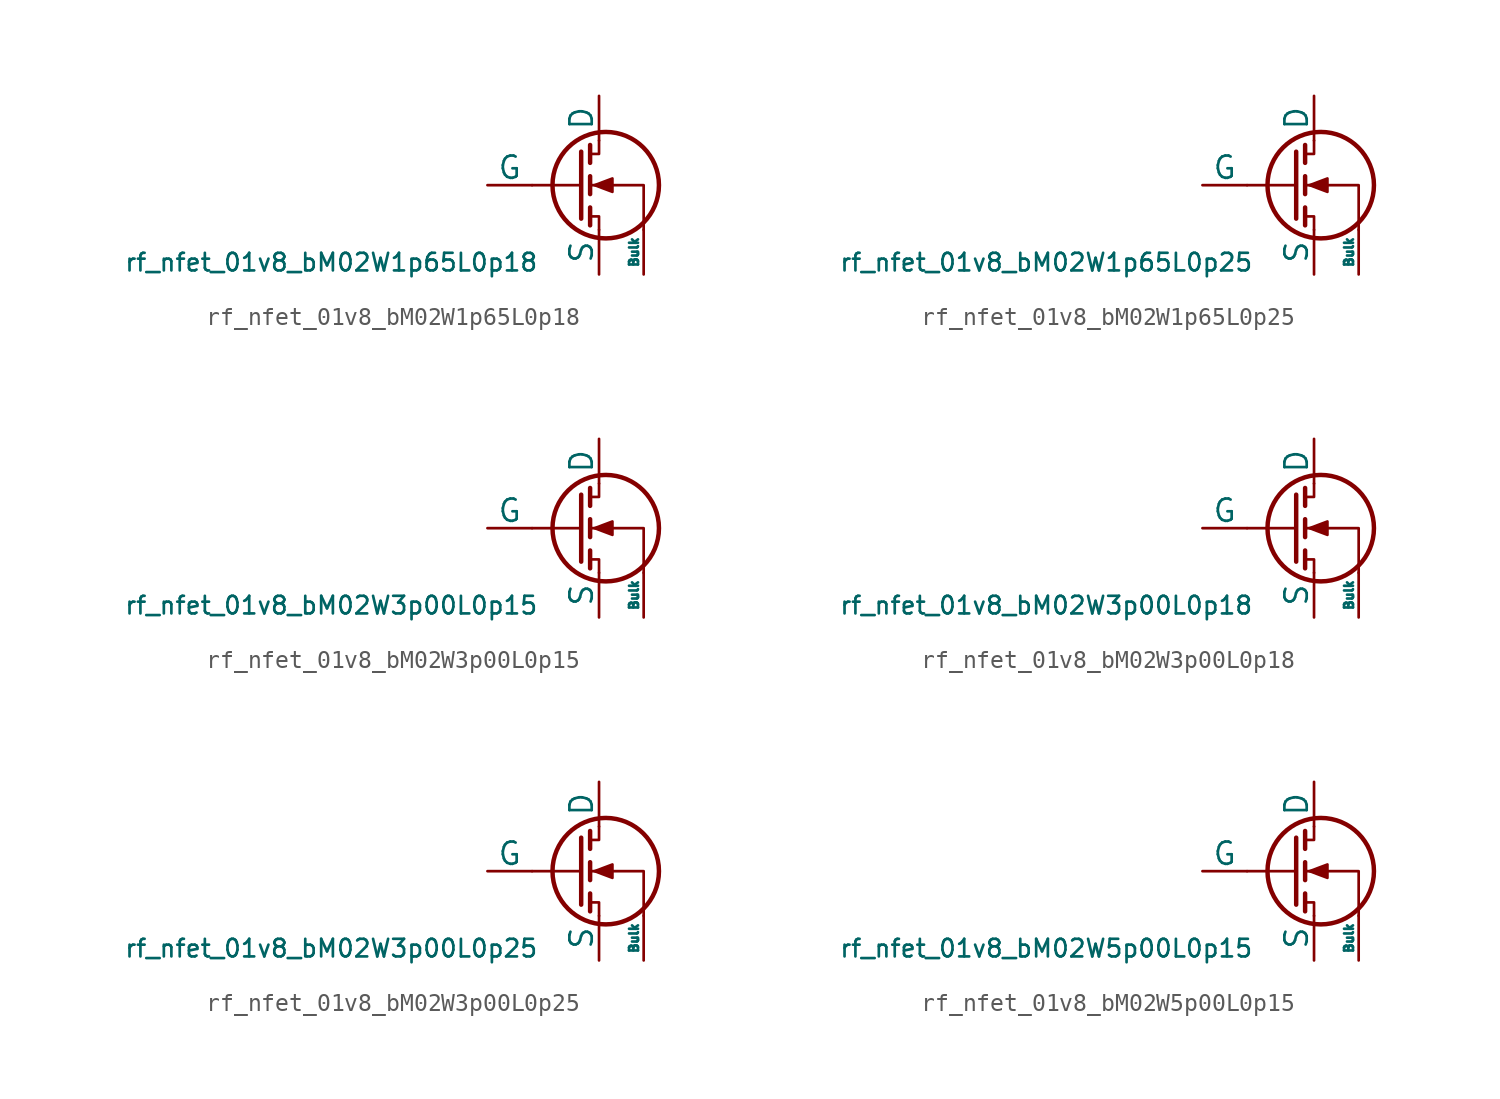
<source format=kicad_sym>
(kicad_symbol_lib
  (version 20211014)
  (generator pdk2kicad)
  (symbol "rf_nfet_01v8_bM02W1p65L0p18"
    (pin_numbers hide)
    (pin_names
      (offset 0))
    (property "Reference" "Q"
      (at 0 0 0)
      (effects (font (size 1 1)) hide))
    (property "Value" "rf_nfet_01v8_bM02W1p65L0p18"
      (at -12.7 -3.81 0)
      (effects (font (size 1 1)) (justify top)))
    (polyline
      (pts (xy 1.524 0) (xy -1.27 0))
      (stroke (width 0) (type default))
      (fill (type none)))
    (polyline
      (pts (xy 1.524 1.905) (xy 1.524 -1.905))
      (stroke (width 0.254) (type default))
      (fill (type none)))
    (polyline
      (pts (xy 2.032 -1.27) (xy 2.032 -2.286))
      (stroke (width 0.254) (type default))
      (fill (type none)))
    (polyline
      (pts (xy 2.032 0.508) (xy 2.032 -0.508))
      (stroke (width 0.254) (type default))
      (fill (type none)))
    (polyline
      (pts (xy 2.032 2.286) (xy 2.032 1.27))
      (stroke (width 0.254) (type default))
      (fill (type none)))
    (polyline
      (pts (xy 2.032 1.778) (xy 2.54 1.778) (xy 2.54 2.54))
      (stroke (width 0) (type default))
      (fill (type none)))
    (polyline
      (pts (xy 2.54 -2.54) (xy 2.54 -1.778) (xy 2.032 -1.778))
      (stroke (width 0) (type default))
      (fill (type none)))
    (polyline
      (pts (xy 5.08 -2.54) (xy 5.08 0) (xy 2.032 0))
      (stroke (width 0) (type default))
      (fill (type none)))
    (polyline
      (pts (xy 2.286 0) (xy 3.302 0.381) (xy 3.302 -0.381) (xy 2.286 0))
      (stroke (width 0) (type default))
      (fill (type outline)))
    (circle
      (center 2.921 0)
      (radius 3.029)
      (stroke (width 0.254) (type default))
      (fill (type none)))
    (pin passive line
      (at 2.54 5.08 270)
      (length 2.54)
      (name "D" (effects (font (size 1.27 1.27))))
      (number "1" (effects (font (size 1.27 1.27)))))
    (pin input line
      (at -3.81 0 0)
      (length 2.54)
      (name "G" (effects (font (size 1.27 1.27))))
      (number "2" (effects (font (size 1.27 1.27)))))
    (pin passive line
      (at 2.54 -5.08 90)
      (length 2.54)
      (name "S" (effects (font (size 1.27 1.27))))
      (number "3" (effects (font (size 1.27 1.27)))))
    (pin input line
      (at 5.08 -5.08 90)
      (length 2.54)
      (name "Bulk" (effects (font (size 0.508 0.508))))
      (number "4" (effects (font (size 1.27 1.27))))))
  (symbol "rf_nfet_01v8_bM02W1p65L0p25"
    (pin_numbers hide)
    (pin_names
      (offset 0))
    (property "Reference" "Q"
      (at 0 0 0)
      (effects (font (size 1 1)) hide))
    (property "Value" "rf_nfet_01v8_bM02W1p65L0p25"
      (at -12.7 -3.81 0)
      (effects (font (size 1 1)) (justify top)))
    (polyline
      (pts (xy 1.524 0) (xy -1.27 0))
      (stroke (width 0) (type default))
      (fill (type none)))
    (polyline
      (pts (xy 1.524 1.905) (xy 1.524 -1.905))
      (stroke (width 0.254) (type default))
      (fill (type none)))
    (polyline
      (pts (xy 2.032 -1.27) (xy 2.032 -2.286))
      (stroke (width 0.254) (type default))
      (fill (type none)))
    (polyline
      (pts (xy 2.032 0.508) (xy 2.032 -0.508))
      (stroke (width 0.254) (type default))
      (fill (type none)))
    (polyline
      (pts (xy 2.032 2.286) (xy 2.032 1.27))
      (stroke (width 0.254) (type default))
      (fill (type none)))
    (polyline
      (pts (xy 2.032 1.778) (xy 2.54 1.778) (xy 2.54 2.54))
      (stroke (width 0) (type default))
      (fill (type none)))
    (polyline
      (pts (xy 2.54 -2.54) (xy 2.54 -1.778) (xy 2.032 -1.778))
      (stroke (width 0) (type default))
      (fill (type none)))
    (polyline
      (pts (xy 5.08 -2.54) (xy 5.08 0) (xy 2.032 0))
      (stroke (width 0) (type default))
      (fill (type none)))
    (polyline
      (pts (xy 2.286 0) (xy 3.302 0.381) (xy 3.302 -0.381) (xy 2.286 0))
      (stroke (width 0) (type default))
      (fill (type outline)))
    (circle
      (center 2.921 0)
      (radius 3.029)
      (stroke (width 0.254) (type default))
      (fill (type none)))
    (pin passive line
      (at 2.54 5.08 270)
      (length 2.54)
      (name "D" (effects (font (size 1.27 1.27))))
      (number "1" (effects (font (size 1.27 1.27)))))
    (pin input line
      (at -3.81 0 0)
      (length 2.54)
      (name "G" (effects (font (size 1.27 1.27))))
      (number "2" (effects (font (size 1.27 1.27)))))
    (pin passive line
      (at 2.54 -5.08 90)
      (length 2.54)
      (name "S" (effects (font (size 1.27 1.27))))
      (number "3" (effects (font (size 1.27 1.27)))))
    (pin input line
      (at 5.08 -5.08 90)
      (length 2.54)
      (name "Bulk" (effects (font (size 0.508 0.508))))
      (number "4" (effects (font (size 1.27 1.27))))))
  (symbol "rf_nfet_01v8_bM02W3p00L0p15"
    (pin_numbers hide)
    (pin_names
      (offset 0))
    (property "Reference" "Q"
      (at 0 0 0)
      (effects (font (size 1 1)) hide))
    (property "Value" "rf_nfet_01v8_bM02W3p00L0p15"
      (at -12.7 -3.81 0)
      (effects (font (size 1 1)) (justify top)))
    (polyline
      (pts (xy 1.524 0) (xy -1.27 0))
      (stroke (width 0) (type default))
      (fill (type none)))
    (polyline
      (pts (xy 1.524 1.905) (xy 1.524 -1.905))
      (stroke (width 0.254) (type default))
      (fill (type none)))
    (polyline
      (pts (xy 2.032 -1.27) (xy 2.032 -2.286))
      (stroke (width 0.254) (type default))
      (fill (type none)))
    (polyline
      (pts (xy 2.032 0.508) (xy 2.032 -0.508))
      (stroke (width 0.254) (type default))
      (fill (type none)))
    (polyline
      (pts (xy 2.032 2.286) (xy 2.032 1.27))
      (stroke (width 0.254) (type default))
      (fill (type none)))
    (polyline
      (pts (xy 2.032 1.778) (xy 2.54 1.778) (xy 2.54 2.54))
      (stroke (width 0) (type default))
      (fill (type none)))
    (polyline
      (pts (xy 2.54 -2.54) (xy 2.54 -1.778) (xy 2.032 -1.778))
      (stroke (width 0) (type default))
      (fill (type none)))
    (polyline
      (pts (xy 5.08 -2.54) (xy 5.08 0) (xy 2.032 0))
      (stroke (width 0) (type default))
      (fill (type none)))
    (polyline
      (pts (xy 2.286 0) (xy 3.302 0.381) (xy 3.302 -0.381) (xy 2.286 0))
      (stroke (width 0) (type default))
      (fill (type outline)))
    (circle
      (center 2.921 0)
      (radius 3.029)
      (stroke (width 0.254) (type default))
      (fill (type none)))
    (pin passive line
      (at 2.54 5.08 270)
      (length 2.54)
      (name "D" (effects (font (size 1.27 1.27))))
      (number "1" (effects (font (size 1.27 1.27)))))
    (pin input line
      (at -3.81 0 0)
      (length 2.54)
      (name "G" (effects (font (size 1.27 1.27))))
      (number "2" (effects (font (size 1.27 1.27)))))
    (pin passive line
      (at 2.54 -5.08 90)
      (length 2.54)
      (name "S" (effects (font (size 1.27 1.27))))
      (number "3" (effects (font (size 1.27 1.27)))))
    (pin input line
      (at 5.08 -5.08 90)
      (length 2.54)
      (name "Bulk" (effects (font (size 0.508 0.508))))
      (number "4" (effects (font (size 1.27 1.27))))))
  (symbol "rf_nfet_01v8_bM02W3p00L0p18"
    (pin_numbers hide)
    (pin_names
      (offset 0))
    (property "Reference" "Q"
      (at 0 0 0)
      (effects (font (size 1 1)) hide))
    (property "Value" "rf_nfet_01v8_bM02W3p00L0p18"
      (at -12.7 -3.81 0)
      (effects (font (size 1 1)) (justify top)))
    (polyline
      (pts (xy 1.524 0) (xy -1.27 0))
      (stroke (width 0) (type default))
      (fill (type none)))
    (polyline
      (pts (xy 1.524 1.905) (xy 1.524 -1.905))
      (stroke (width 0.254) (type default))
      (fill (type none)))
    (polyline
      (pts (xy 2.032 -1.27) (xy 2.032 -2.286))
      (stroke (width 0.254) (type default))
      (fill (type none)))
    (polyline
      (pts (xy 2.032 0.508) (xy 2.032 -0.508))
      (stroke (width 0.254) (type default))
      (fill (type none)))
    (polyline
      (pts (xy 2.032 2.286) (xy 2.032 1.27))
      (stroke (width 0.254) (type default))
      (fill (type none)))
    (polyline
      (pts (xy 2.032 1.778) (xy 2.54 1.778) (xy 2.54 2.54))
      (stroke (width 0) (type default))
      (fill (type none)))
    (polyline
      (pts (xy 2.54 -2.54) (xy 2.54 -1.778) (xy 2.032 -1.778))
      (stroke (width 0) (type default))
      (fill (type none)))
    (polyline
      (pts (xy 5.08 -2.54) (xy 5.08 0) (xy 2.032 0))
      (stroke (width 0) (type default))
      (fill (type none)))
    (polyline
      (pts (xy 2.286 0) (xy 3.302 0.381) (xy 3.302 -0.381) (xy 2.286 0))
      (stroke (width 0) (type default))
      (fill (type outline)))
    (circle
      (center 2.921 0)
      (radius 3.029)
      (stroke (width 0.254) (type default))
      (fill (type none)))
    (pin passive line
      (at 2.54 5.08 270)
      (length 2.54)
      (name "D" (effects (font (size 1.27 1.27))))
      (number "1" (effects (font (size 1.27 1.27)))))
    (pin input line
      (at -3.81 0 0)
      (length 2.54)
      (name "G" (effects (font (size 1.27 1.27))))
      (number "2" (effects (font (size 1.27 1.27)))))
    (pin passive line
      (at 2.54 -5.08 90)
      (length 2.54)
      (name "S" (effects (font (size 1.27 1.27))))
      (number "3" (effects (font (size 1.27 1.27)))))
    (pin input line
      (at 5.08 -5.08 90)
      (length 2.54)
      (name "Bulk" (effects (font (size 0.508 0.508))))
      (number "4" (effects (font (size 1.27 1.27))))))
  (symbol "rf_nfet_01v8_bM02W3p00L0p25"
    (pin_numbers hide)
    (pin_names
      (offset 0))
    (property "Reference" "Q"
      (at 0 0 0)
      (effects (font (size 1 1)) hide))
    (property "Value" "rf_nfet_01v8_bM02W3p00L0p25"
      (at -12.7 -3.81 0)
      (effects (font (size 1 1)) (justify top)))
    (polyline
      (pts (xy 1.524 0) (xy -1.27 0))
      (stroke (width 0) (type default))
      (fill (type none)))
    (polyline
      (pts (xy 1.524 1.905) (xy 1.524 -1.905))
      (stroke (width 0.254) (type default))
      (fill (type none)))
    (polyline
      (pts (xy 2.032 -1.27) (xy 2.032 -2.286))
      (stroke (width 0.254) (type default))
      (fill (type none)))
    (polyline
      (pts (xy 2.032 0.508) (xy 2.032 -0.508))
      (stroke (width 0.254) (type default))
      (fill (type none)))
    (polyline
      (pts (xy 2.032 2.286) (xy 2.032 1.27))
      (stroke (width 0.254) (type default))
      (fill (type none)))
    (polyline
      (pts (xy 2.032 1.778) (xy 2.54 1.778) (xy 2.54 2.54))
      (stroke (width 0) (type default))
      (fill (type none)))
    (polyline
      (pts (xy 2.54 -2.54) (xy 2.54 -1.778) (xy 2.032 -1.778))
      (stroke (width 0) (type default))
      (fill (type none)))
    (polyline
      (pts (xy 5.08 -2.54) (xy 5.08 0) (xy 2.032 0))
      (stroke (width 0) (type default))
      (fill (type none)))
    (polyline
      (pts (xy 2.286 0) (xy 3.302 0.381) (xy 3.302 -0.381) (xy 2.286 0))
      (stroke (width 0) (type default))
      (fill (type outline)))
    (circle
      (center 2.921 0)
      (radius 3.029)
      (stroke (width 0.254) (type default))
      (fill (type none)))
    (pin passive line
      (at 2.54 5.08 270)
      (length 2.54)
      (name "D" (effects (font (size 1.27 1.27))))
      (number "1" (effects (font (size 1.27 1.27)))))
    (pin input line
      (at -3.81 0 0)
      (length 2.54)
      (name "G" (effects (font (size 1.27 1.27))))
      (number "2" (effects (font (size 1.27 1.27)))))
    (pin passive line
      (at 2.54 -5.08 90)
      (length 2.54)
      (name "S" (effects (font (size 1.27 1.27))))
      (number "3" (effects (font (size 1.27 1.27)))))
    (pin input line
      (at 5.08 -5.08 90)
      (length 2.54)
      (name "Bulk" (effects (font (size 0.508 0.508))))
      (number "4" (effects (font (size 1.27 1.27))))))
  (symbol "rf_nfet_01v8_bM02W5p00L0p15"
    (pin_numbers hide)
    (pin_names
      (offset 0))
    (property "Reference" "Q"
      (at 0 0 0)
      (effects (font (size 1 1)) hide))
    (property "Value" "rf_nfet_01v8_bM02W5p00L0p15"
      (at -12.7 -3.81 0)
      (effects (font (size 1 1)) (justify top)))
    (polyline
      (pts (xy 1.524 0) (xy -1.27 0))
      (stroke (width 0) (type default))
      (fill (type none)))
    (polyline
      (pts (xy 1.524 1.905) (xy 1.524 -1.905))
      (stroke (width 0.254) (type default))
      (fill (type none)))
    (polyline
      (pts (xy 2.032 -1.27) (xy 2.032 -2.286))
      (stroke (width 0.254) (type default))
      (fill (type none)))
    (polyline
      (pts (xy 2.032 0.508) (xy 2.032 -0.508))
      (stroke (width 0.254) (type default))
      (fill (type none)))
    (polyline
      (pts (xy 2.032 2.286) (xy 2.032 1.27))
      (stroke (width 0.254) (type default))
      (fill (type none)))
    (polyline
      (pts (xy 2.032 1.778) (xy 2.54 1.778) (xy 2.54 2.54))
      (stroke (width 0) (type default))
      (fill (type none)))
    (polyline
      (pts (xy 2.54 -2.54) (xy 2.54 -1.778) (xy 2.032 -1.778))
      (stroke (width 0) (type default))
      (fill (type none)))
    (polyline
      (pts (xy 5.08 -2.54) (xy 5.08 0) (xy 2.032 0))
      (stroke (width 0) (type default))
      (fill (type none)))
    (polyline
      (pts (xy 2.286 0) (xy 3.302 0.381) (xy 3.302 -0.381) (xy 2.286 0))
      (stroke (width 0) (type default))
      (fill (type outline)))
    (circle
      (center 2.921 0)
      (radius 3.029)
      (stroke (width 0.254) (type default))
      (fill (type none)))
    (pin passive line
      (at 2.54 5.08 270)
      (length 2.54)
      (name "D" (effects (font (size 1.27 1.27))))
      (number "1" (effects (font (size 1.27 1.27)))))
    (pin input line
      (at -3.81 0 0)
      (length 2.54)
      (name "G" (effects (font (size 1.27 1.27))))
      (number "2" (effects (font (size 1.27 1.27)))))
    (pin passive line
      (at 2.54 -5.08 90)
      (length 2.54)
      (name "S" (effects (font (size 1.27 1.27))))
      (number "3" (effects (font (size 1.27 1.27)))))
    (pin input line
      (at 5.08 -5.08 90)
      (length 2.54)
      (name "Bulk" (effects (font (size 0.508 0.508))))
      (number "4" (effects (font (size 1.27 1.27)))))))
</source>
